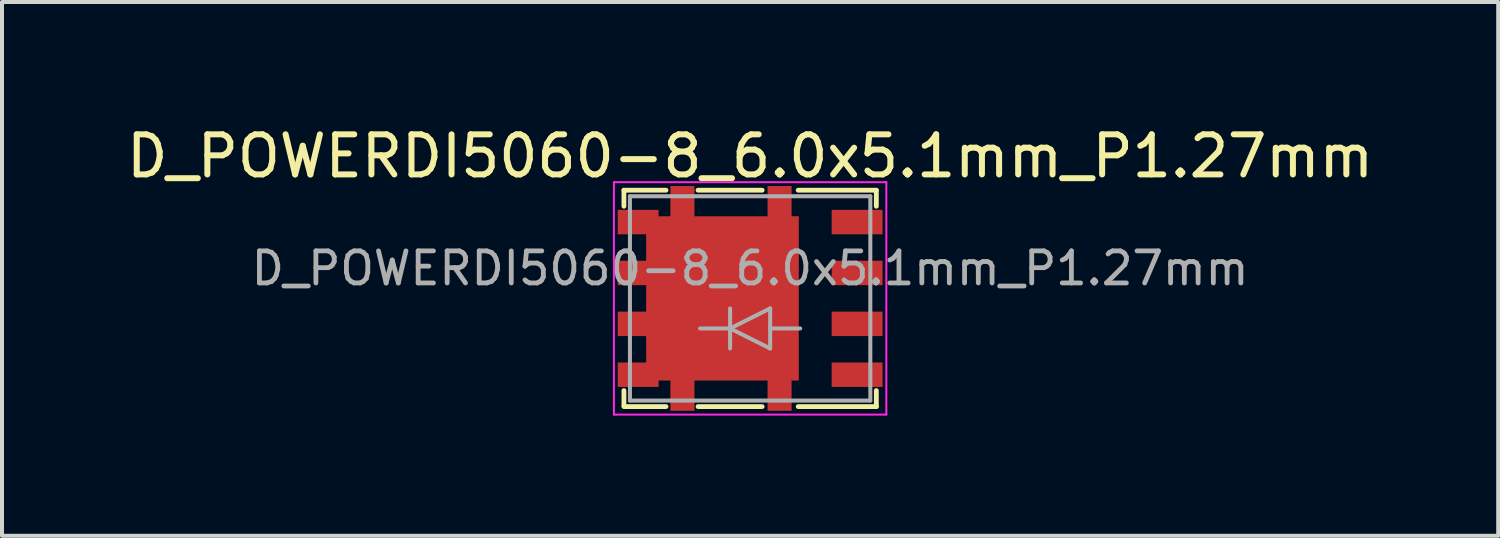
<source format=kicad_pcb>
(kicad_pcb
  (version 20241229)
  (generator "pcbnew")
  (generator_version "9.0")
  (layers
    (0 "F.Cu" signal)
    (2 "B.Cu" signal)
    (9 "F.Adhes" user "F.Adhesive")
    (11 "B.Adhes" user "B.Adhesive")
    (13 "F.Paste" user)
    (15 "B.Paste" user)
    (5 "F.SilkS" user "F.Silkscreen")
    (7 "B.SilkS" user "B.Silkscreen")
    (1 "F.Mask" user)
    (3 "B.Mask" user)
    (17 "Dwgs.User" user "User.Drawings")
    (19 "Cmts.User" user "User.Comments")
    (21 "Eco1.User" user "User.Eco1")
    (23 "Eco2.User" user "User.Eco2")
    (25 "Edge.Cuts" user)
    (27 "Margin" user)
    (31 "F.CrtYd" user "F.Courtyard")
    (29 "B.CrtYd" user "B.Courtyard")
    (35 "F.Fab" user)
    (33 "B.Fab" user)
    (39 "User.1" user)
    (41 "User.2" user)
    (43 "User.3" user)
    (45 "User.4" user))
  (footprint "D_POWERDI5060-8_6.0x5.1mm_P1.27mm"
    (layer "F.Cu")
    (at 15.673 4.398)
    (property "Reference" "D_POWERDI5060-8_6.0x5.1mm_P1.27mm" (at 0 -3.55 0) (layer "F.SilkS") (effects (font (size 1 1) (thickness 0.15))))
    (attr smd)
    (fp_line (start -3.15 -2.7) (end -3.15 -2.3) (stroke (width 0.12) (type solid)) (layer "F.SilkS"))
    (fp_line (start -3.15 -2.7) (end -2.1 -2.7) (stroke (width 0.12) (type solid)) (layer "F.SilkS"))
    (fp_line (start -3.15 2.68) (end -3.15 2.3) (stroke (width 0.12) (type solid)) (layer "F.SilkS"))
    (fp_line (start -3.15 2.7) (end -2.1 2.7) (stroke (width 0.12) (type solid)) (layer "F.SilkS"))
    (fp_line (start -1.3 -2.7) (end 0.3 -2.7) (stroke (width 0.12) (type solid)) (layer "F.SilkS"))
    (fp_line (start -1.3 2.7) (end 0.3 2.7) (stroke (width 0.12) (type solid)) (layer "F.SilkS"))
    (fp_line (start 1.2 -2.7) (end 3.15 -2.7) (stroke (width 0.12) (type solid)) (layer "F.SilkS"))
    (fp_line (start 1.2 2.7) (end 3.15 2.7) (stroke (width 0.12) (type solid)) (layer "F.SilkS"))
    (fp_line (start 3.15 -2.7) (end 3.15 -2.3) (stroke (width 0.12) (type solid)) (layer "F.SilkS"))
    (fp_line (start 3.15 2.7) (end 3.15 2.3) (stroke (width 0.12) (type solid)) (layer "F.SilkS"))
    (fp_line (start -3.4 -2.9) (end 3.4 -2.9) (stroke (width 0.05) (type solid)) (layer "F.CrtYd"))
    (fp_line (start -3.4 2.9) (end -3.4 -2.9) (stroke (width 0.05) (type solid)) (layer "F.CrtYd"))
    (fp_line (start -3.4 2.9) (end 3.4 2.9) (stroke (width 0.05) (type solid)) (layer "F.CrtYd"))
    (fp_line (start 3.4 2.9) (end 3.4 -2.9) (stroke (width 0.05) (type solid)) (layer "F.CrtYd"))
    (fp_line (start -3 -2.55) (end 3 -2.55) (stroke (width 0.1) (type solid)) (layer "F.Fab"))
    (fp_line (start -3 2.55) (end -3 -2.55) (stroke (width 0.1) (type solid)) (layer "F.Fab"))
    (fp_line (start -0.5 0.25) (end -0.5 1.25) (stroke (width 0.1) (type solid)) (layer "F.Fab"))
    (fp_line (start -0.5 0.75) (end -1.25 0.75) (stroke (width 0.1) (type solid)) (layer "F.Fab"))
    (fp_line (start -0.5 0.75) (end 0.5 0.25) (stroke (width 0.1) (type solid)) (layer "F.Fab"))
    (fp_line (start 0.5 0.25) (end 0.5 1.25) (stroke (width 0.1) (type solid)) (layer "F.Fab"))
    (fp_line (start 0.5 0.75) (end 1.25 0.75) (stroke (width 0.1) (type solid)) (layer "F.Fab"))
    (fp_line (start 0.5 1.25) (end -0.5 0.75) (stroke (width 0.1) (type solid)) (layer "F.Fab"))
    (fp_line (start 3 -2.55) (end 3 2.55) (stroke (width 0.1) (type solid)) (layer "F.Fab"))
    (fp_line (start 3 2.55) (end -3 2.55) (stroke (width 0.1) (type solid)) (layer "F.Fab"))
    (fp_text user "${REFERENCE}" (at 0 -0.75 0) (layer "F.Fab") (effects (font (size 0.8 0.8) (thickness 0.12))))
    (pad "1" smd rect (at 2.67 -0.635) (size 1.27 0.61) (layers "F.Cu" "F.Mask" "F.Paste"))
    (pad "1" smd rect (at 2.67 0.635) (size 1.27 0.61) (layers "F.Cu" "F.Mask" "F.Paste"))
    (pad "1" smd rect (at 2.67 1.905) (size 1.27 0.61) (layers "F.Cu" "F.Mask" "F.Paste"))
    (pad "2" smd rect (at 2.67 -1.905) (size 1.27 0.61) (layers "F.Cu" "F.Mask" "F.Paste"))
    (pad "3" smd custom (at 0 0) (size 1 1) (layers "F.Cu" "F.Mask" "F.Paste") (options (anchor rect)) (primitives (gr_poly (pts (xy 1.215 -2.05) (xy 1.215 2.05) (xy 1.035 2.05) (xy 1.035 2.805) (xy 0.435 2.805) (xy 0.435 2.05) (xy -1.39 2.05) (xy -1.39 2.805) (xy -1.99 2.805) (xy -1.99 2.05) (xy -2.285 2.05) (xy -2.285 2.21) (xy -3.305 2.21) (xy -3.305 1.6) (xy -2.595 1.6) (xy -2.595 0.94) (xy -3.305 0.94) (xy -3.305 0.33) (xy -2.595 0.33) (xy -2.595 -0.33) (xy -3.305 -0.33) (xy -3.305 -0.94) (xy -2.595 -0.94) (xy -2.595 -1.6) (xy -3.305 -1.6) (xy -3.305 -2.21) (xy -2.285 -2.21) (xy -2.285 -2.05) (xy -1.99 -2.05) (xy -1.99 -2.805) (xy -1.39 -2.805) (xy -1.39 -2.05) (xy 0.435 -2.05) (xy 0.435 -2.805) (xy 1.035 -2.805) (xy 1.035 -2.05)) (width 0) (fill yes)))))
  (gr_rect
    (start -3 -3)
    (end 34.345 10.323)
    (stroke (width 0.1) (type default))
    (fill no)
    (layer "Edge.Cuts")))
</source>
